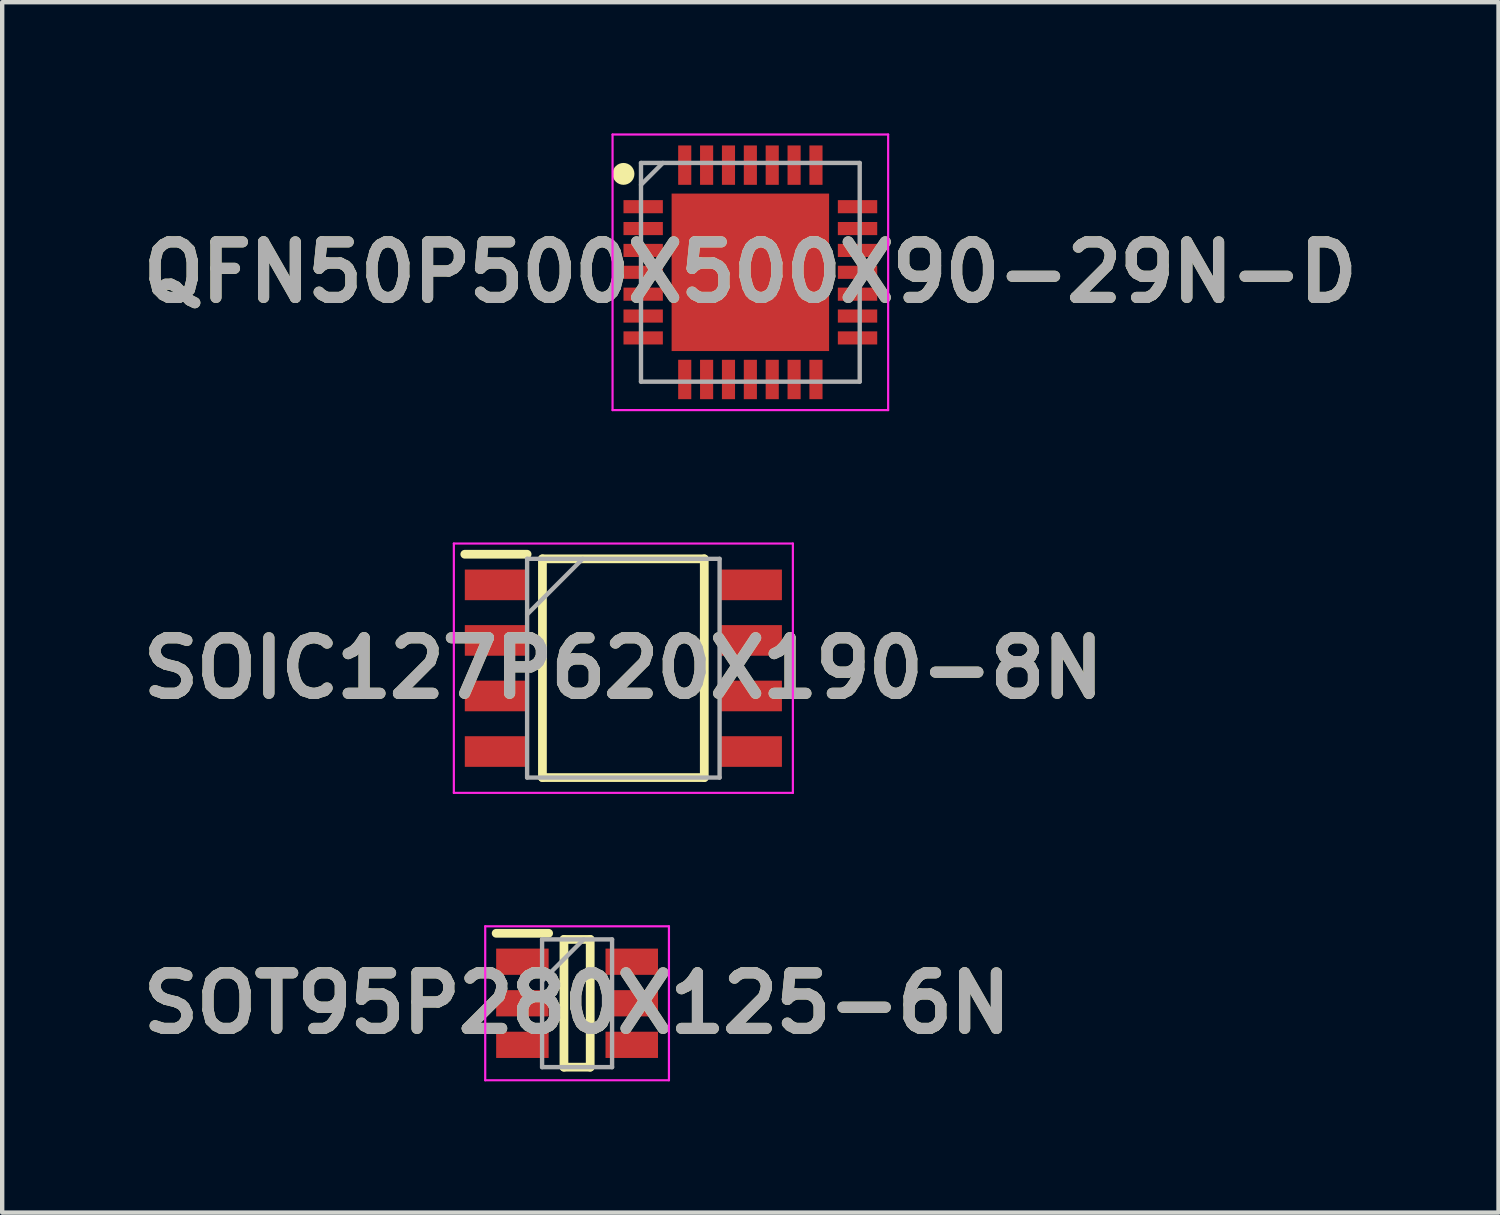
<source format=kicad_pcb>
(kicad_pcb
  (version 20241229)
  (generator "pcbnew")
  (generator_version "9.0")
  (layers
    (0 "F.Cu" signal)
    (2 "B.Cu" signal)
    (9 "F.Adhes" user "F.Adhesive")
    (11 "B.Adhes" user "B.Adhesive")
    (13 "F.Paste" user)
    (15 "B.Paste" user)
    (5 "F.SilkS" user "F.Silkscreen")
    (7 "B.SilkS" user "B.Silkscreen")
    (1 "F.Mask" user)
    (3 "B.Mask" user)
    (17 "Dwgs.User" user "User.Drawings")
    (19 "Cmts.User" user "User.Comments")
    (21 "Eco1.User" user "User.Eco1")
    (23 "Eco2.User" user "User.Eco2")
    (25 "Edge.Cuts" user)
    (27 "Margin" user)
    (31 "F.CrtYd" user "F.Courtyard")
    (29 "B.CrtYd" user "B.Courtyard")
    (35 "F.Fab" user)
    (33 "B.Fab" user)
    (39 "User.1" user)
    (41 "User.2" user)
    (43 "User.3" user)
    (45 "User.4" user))
  (footprint "SOT95P280X125-6N"
    (layer "F.Cu")
    (at 10.142 19.885)
    (property "Reference" "SOT95P280X125-6N" (at 0 0 0) (layer "F.SilkS") (effects (font (size 1.27 1.27) (thickness 0.254))))
    (attr smd)
    (fp_line (start -1.85 -1.6) (end -0.65 -1.6) (stroke (width 0.2) (type solid)) (layer "F.SilkS"))
    (fp_line (start -0.3 -1.46) (end 0.3 -1.46) (stroke (width 0.2) (type solid)) (layer "F.SilkS"))
    (fp_line (start -0.3 1.46) (end -0.3 -1.46) (stroke (width 0.2) (type solid)) (layer "F.SilkS"))
    (fp_line (start 0.3 -1.46) (end 0.3 1.46) (stroke (width 0.2) (type solid)) (layer "F.SilkS"))
    (fp_line (start 0.3 1.46) (end -0.3 1.46) (stroke (width 0.2) (type solid)) (layer "F.SilkS"))
    (fp_line (start -2.1 -1.76) (end 2.1 -1.76) (stroke (width 0.05) (type solid)) (layer "F.CrtYd"))
    (fp_line (start -2.1 1.76) (end -2.1 -1.76) (stroke (width 0.05) (type solid)) (layer "F.CrtYd"))
    (fp_line (start 2.1 -1.76) (end 2.1 1.76) (stroke (width 0.05) (type solid)) (layer "F.CrtYd"))
    (fp_line (start 2.1 1.76) (end -2.1 1.76) (stroke (width 0.05) (type solid)) (layer "F.CrtYd"))
    (fp_line (start -0.8 -1.46) (end 0.8 -1.46) (stroke (width 0.1) (type solid)) (layer "F.Fab"))
    (fp_line (start -0.8 -0.51) (end 0.15 -1.46) (stroke (width 0.1) (type solid)) (layer "F.Fab"))
    (fp_line (start -0.8 1.46) (end -0.8 -1.46) (stroke (width 0.1) (type solid)) (layer "F.Fab"))
    (fp_line (start 0.8 -1.46) (end 0.8 1.46) (stroke (width 0.1) (type solid)) (layer "F.Fab"))
    (fp_line (start 0.8 1.46) (end -0.8 1.46) (stroke (width 0.1) (type solid)) (layer "F.Fab"))
    (fp_text user "${REFERENCE}" (at 0 0 0) (layer "F.Fab") (effects (font (size 1.27 1.27) (thickness 0.254))))
    (pad "1" smd rect (at -1.25 -0.95 90) (size 0.6 1.2) (layers "F.Cu" "F.Mask" "F.Paste"))
    (pad "2" smd rect (at -1.25 0 90) (size 0.6 1.2) (layers "F.Cu" "F.Mask" "F.Paste"))
    (pad "3" smd rect (at -1.25 0.95 90) (size 0.6 1.2) (layers "F.Cu" "F.Mask" "F.Paste"))
    (pad "4" smd rect (at 1.25 0.95 90) (size 0.6 1.2) (layers "F.Cu" "F.Mask" "F.Paste"))
    (pad "5" smd rect (at 1.25 0 90) (size 0.6 1.2) (layers "F.Cu" "F.Mask" "F.Paste"))
    (pad "6" smd rect (at 1.25 -0.95 90) (size 0.6 1.2) (layers "F.Cu" "F.Mask" "F.Paste")))
  (footprint "SOIC127P620X190-8N"
    (layer "F.Cu")
    (at 11.2 12.225)
    (property "Reference" "SOIC127P620X190-8N" (at 0 0 0) (layer "F.SilkS") (effects (font (size 1.27 1.27) (thickness 0.254))))
    (attr smd)
    (fp_line (start -3.625 -2.605) (end -2.2 -2.605) (stroke (width 0.2) (type solid)) (layer "F.SilkS"))
    (fp_line (start -1.85 -2.5) (end 1.85 -2.5) (stroke (width 0.2) (type solid)) (layer "F.SilkS"))
    (fp_line (start -1.85 2.5) (end -1.85 -2.5) (stroke (width 0.2) (type solid)) (layer "F.SilkS"))
    (fp_line (start 1.85 -2.5) (end 1.85 2.5) (stroke (width 0.2) (type solid)) (layer "F.SilkS"))
    (fp_line (start 1.85 2.5) (end -1.85 2.5) (stroke (width 0.2) (type solid)) (layer "F.SilkS"))
    (fp_line (start -3.875 -2.85) (end 3.875 -2.85) (stroke (width 0.05) (type solid)) (layer "F.CrtYd"))
    (fp_line (start -3.875 2.85) (end -3.875 -2.85) (stroke (width 0.05) (type solid)) (layer "F.CrtYd"))
    (fp_line (start 3.875 -2.85) (end 3.875 2.85) (stroke (width 0.05) (type solid)) (layer "F.CrtYd"))
    (fp_line (start 3.875 2.85) (end -3.875 2.85) (stroke (width 0.05) (type solid)) (layer "F.CrtYd"))
    (fp_line (start -2.2 -2.5) (end 2.2 -2.5) (stroke (width 0.1) (type solid)) (layer "F.Fab"))
    (fp_line (start -2.2 -1.23) (end -0.93 -2.5) (stroke (width 0.1) (type solid)) (layer "F.Fab"))
    (fp_line (start -2.2 2.5) (end -2.2 -2.5) (stroke (width 0.1) (type solid)) (layer "F.Fab"))
    (fp_line (start 2.2 -2.5) (end 2.2 2.5) (stroke (width 0.1) (type solid)) (layer "F.Fab"))
    (fp_line (start 2.2 2.5) (end -2.2 2.5) (stroke (width 0.1) (type solid)) (layer "F.Fab"))
    (fp_text user "${REFERENCE}" (at 0 0 0) (layer "F.Fab") (effects (font (size 1.27 1.27) (thickness 0.254))))
    (pad "1" smd rect (at -2.912 -1.905 90) (size 0.7 1.425) (layers "F.Cu" "F.Mask" "F.Paste"))
    (pad "2" smd rect (at -2.912 -0.635 90) (size 0.7 1.425) (layers "F.Cu" "F.Mask" "F.Paste"))
    (pad "3" smd rect (at -2.912 0.635 90) (size 0.7 1.425) (layers "F.Cu" "F.Mask" "F.Paste"))
    (pad "4" smd rect (at -2.912 1.905 90) (size 0.7 1.425) (layers "F.Cu" "F.Mask" "F.Paste"))
    (pad "5" smd rect (at 2.912 1.905 90) (size 0.7 1.425) (layers "F.Cu" "F.Mask" "F.Paste"))
    (pad "6" smd rect (at 2.912 0.635 90) (size 0.7 1.425) (layers "F.Cu" "F.Mask" "F.Paste"))
    (pad "7" smd rect (at 2.912 -0.635 90) (size 0.7 1.425) (layers "F.Cu" "F.Mask" "F.Paste"))
    (pad "8" smd rect (at 2.912 -1.905 90) (size 0.7 1.425) (layers "F.Cu" "F.Mask" "F.Paste")))
  (footprint "QFN50P500X500X90-29N-D"
    (layer "F.Cu")
    (at 14.103 3.175)
    (property "Reference" "QFN50P500X500X90-29N-D" (at 0 0 0) (layer "F.SilkS") (effects (font (size 1.27 1.27) (thickness 0.254))))
    (attr smd)
    (fp_circle (center -2.9 -2.25) (end -2.9 -2.125) (stroke (width 0.25) (type solid)) (fill no) (layer "F.SilkS"))
    (fp_line (start -3.15 -3.15) (end 3.15 -3.15) (stroke (width 0.05) (type solid)) (layer "F.CrtYd"))
    (fp_line (start -3.15 3.15) (end -3.15 -3.15) (stroke (width 0.05) (type solid)) (layer "F.CrtYd"))
    (fp_line (start 3.15 -3.15) (end 3.15 3.15) (stroke (width 0.05) (type solid)) (layer "F.CrtYd"))
    (fp_line (start 3.15 3.15) (end -3.15 3.15) (stroke (width 0.05) (type solid)) (layer "F.CrtYd"))
    (fp_line (start -2.5 -2.5) (end 2.5 -2.5) (stroke (width 0.1) (type solid)) (layer "F.Fab"))
    (fp_line (start -2.5 -2) (end -2 -2.5) (stroke (width 0.1) (type solid)) (layer "F.Fab"))
    (fp_line (start -2.5 2.5) (end -2.5 -2.5) (stroke (width 0.1) (type solid)) (layer "F.Fab"))
    (fp_line (start 2.5 -2.5) (end 2.5 2.5) (stroke (width 0.1) (type solid)) (layer "F.Fab"))
    (fp_line (start 2.5 2.5) (end -2.5 2.5) (stroke (width 0.1) (type solid)) (layer "F.Fab"))
    (fp_text user "${REFERENCE}" (at 0 0 0) (layer "F.Fab") (effects (font (size 1.27 1.27) (thickness 0.254))))
    (pad "1" smd rect (at -2.45 -1.5 90) (size 0.3 0.9) (layers "F.Cu" "F.Mask" "F.Paste"))
    (pad "2" smd rect (at -2.45 -1 90) (size 0.3 0.9) (layers "F.Cu" "F.Mask" "F.Paste"))
    (pad "3" smd rect (at -2.45 -0.5 90) (size 0.3 0.9) (layers "F.Cu" "F.Mask" "F.Paste"))
    (pad "4" smd rect (at -2.45 0 90) (size 0.3 0.9) (layers "F.Cu" "F.Mask" "F.Paste"))
    (pad "5" smd rect (at -2.45 0.5 90) (size 0.3 0.9) (layers "F.Cu" "F.Mask" "F.Paste"))
    (pad "6" smd rect (at -2.45 1 90) (size 0.3 0.9) (layers "F.Cu" "F.Mask" "F.Paste"))
    (pad "7" smd rect (at -2.45 1.5 90) (size 0.3 0.9) (layers "F.Cu" "F.Mask" "F.Paste"))
    (pad "8" smd rect (at -1.5 2.45) (size 0.3 0.9) (layers "F.Cu" "F.Mask" "F.Paste"))
    (pad "9" smd rect (at -1 2.45) (size 0.3 0.9) (layers "F.Cu" "F.Mask" "F.Paste"))
    (pad "10" smd rect (at -0.5 2.45) (size 0.3 0.9) (layers "F.Cu" "F.Mask" "F.Paste"))
    (pad "11" smd rect (at 0 2.45) (size 0.3 0.9) (layers "F.Cu" "F.Mask" "F.Paste"))
    (pad "12" smd rect (at 0.5 2.45) (size 0.3 0.9) (layers "F.Cu" "F.Mask" "F.Paste"))
    (pad "13" smd rect (at 1 2.45) (size 0.3 0.9) (layers "F.Cu" "F.Mask" "F.Paste"))
    (pad "14" smd rect (at 1.5 2.45) (size 0.3 0.9) (layers "F.Cu" "F.Mask" "F.Paste"))
    (pad "15" smd rect (at 2.45 1.5 90) (size 0.3 0.9) (layers "F.Cu" "F.Mask" "F.Paste"))
    (pad "16" smd rect (at 2.45 1 90) (size 0.3 0.9) (layers "F.Cu" "F.Mask" "F.Paste"))
    (pad "17" smd rect (at 2.45 0.5 90) (size 0.3 0.9) (layers "F.Cu" "F.Mask" "F.Paste"))
    (pad "18" smd rect (at 2.45 0 90) (size 0.3 0.9) (layers "F.Cu" "F.Mask" "F.Paste"))
    (pad "19" smd rect (at 2.45 -0.5 90) (size 0.3 0.9) (layers "F.Cu" "F.Mask" "F.Paste"))
    (pad "20" smd rect (at 2.45 -1 90) (size 0.3 0.9) (layers "F.Cu" "F.Mask" "F.Paste"))
    (pad "21" smd rect (at 2.45 -1.5 90) (size 0.3 0.9) (layers "F.Cu" "F.Mask" "F.Paste"))
    (pad "22" smd rect (at 1.5 -2.45) (size 0.3 0.9) (layers "F.Cu" "F.Mask" "F.Paste"))
    (pad "23" smd rect (at 1 -2.45) (size 0.3 0.9) (layers "F.Cu" "F.Mask" "F.Paste"))
    (pad "24" smd rect (at 0.5 -2.45) (size 0.3 0.9) (layers "F.Cu" "F.Mask" "F.Paste"))
    (pad "25" smd rect (at 0 -2.45) (size 0.3 0.9) (layers "F.Cu" "F.Mask" "F.Paste"))
    (pad "26" smd rect (at -0.5 -2.45) (size 0.3 0.9) (layers "F.Cu" "F.Mask" "F.Paste"))
    (pad "27" smd rect (at -1 -2.45) (size 0.3 0.9) (layers "F.Cu" "F.Mask" "F.Paste"))
    (pad "28" smd rect (at -1.5 -2.45) (size 0.3 0.9) (layers "F.Cu" "F.Mask" "F.Paste"))
    (pad "29" smd rect (at 0 0) (size 3.6 3.6) (layers "F.Cu" "F.Mask" "F.Paste")))
  (gr_rect
    (start -3 -3)
    (end 31.206 24.67)
    (stroke (width 0.1) (type default))
    (fill no)
    (layer "Edge.Cuts")))
</source>
